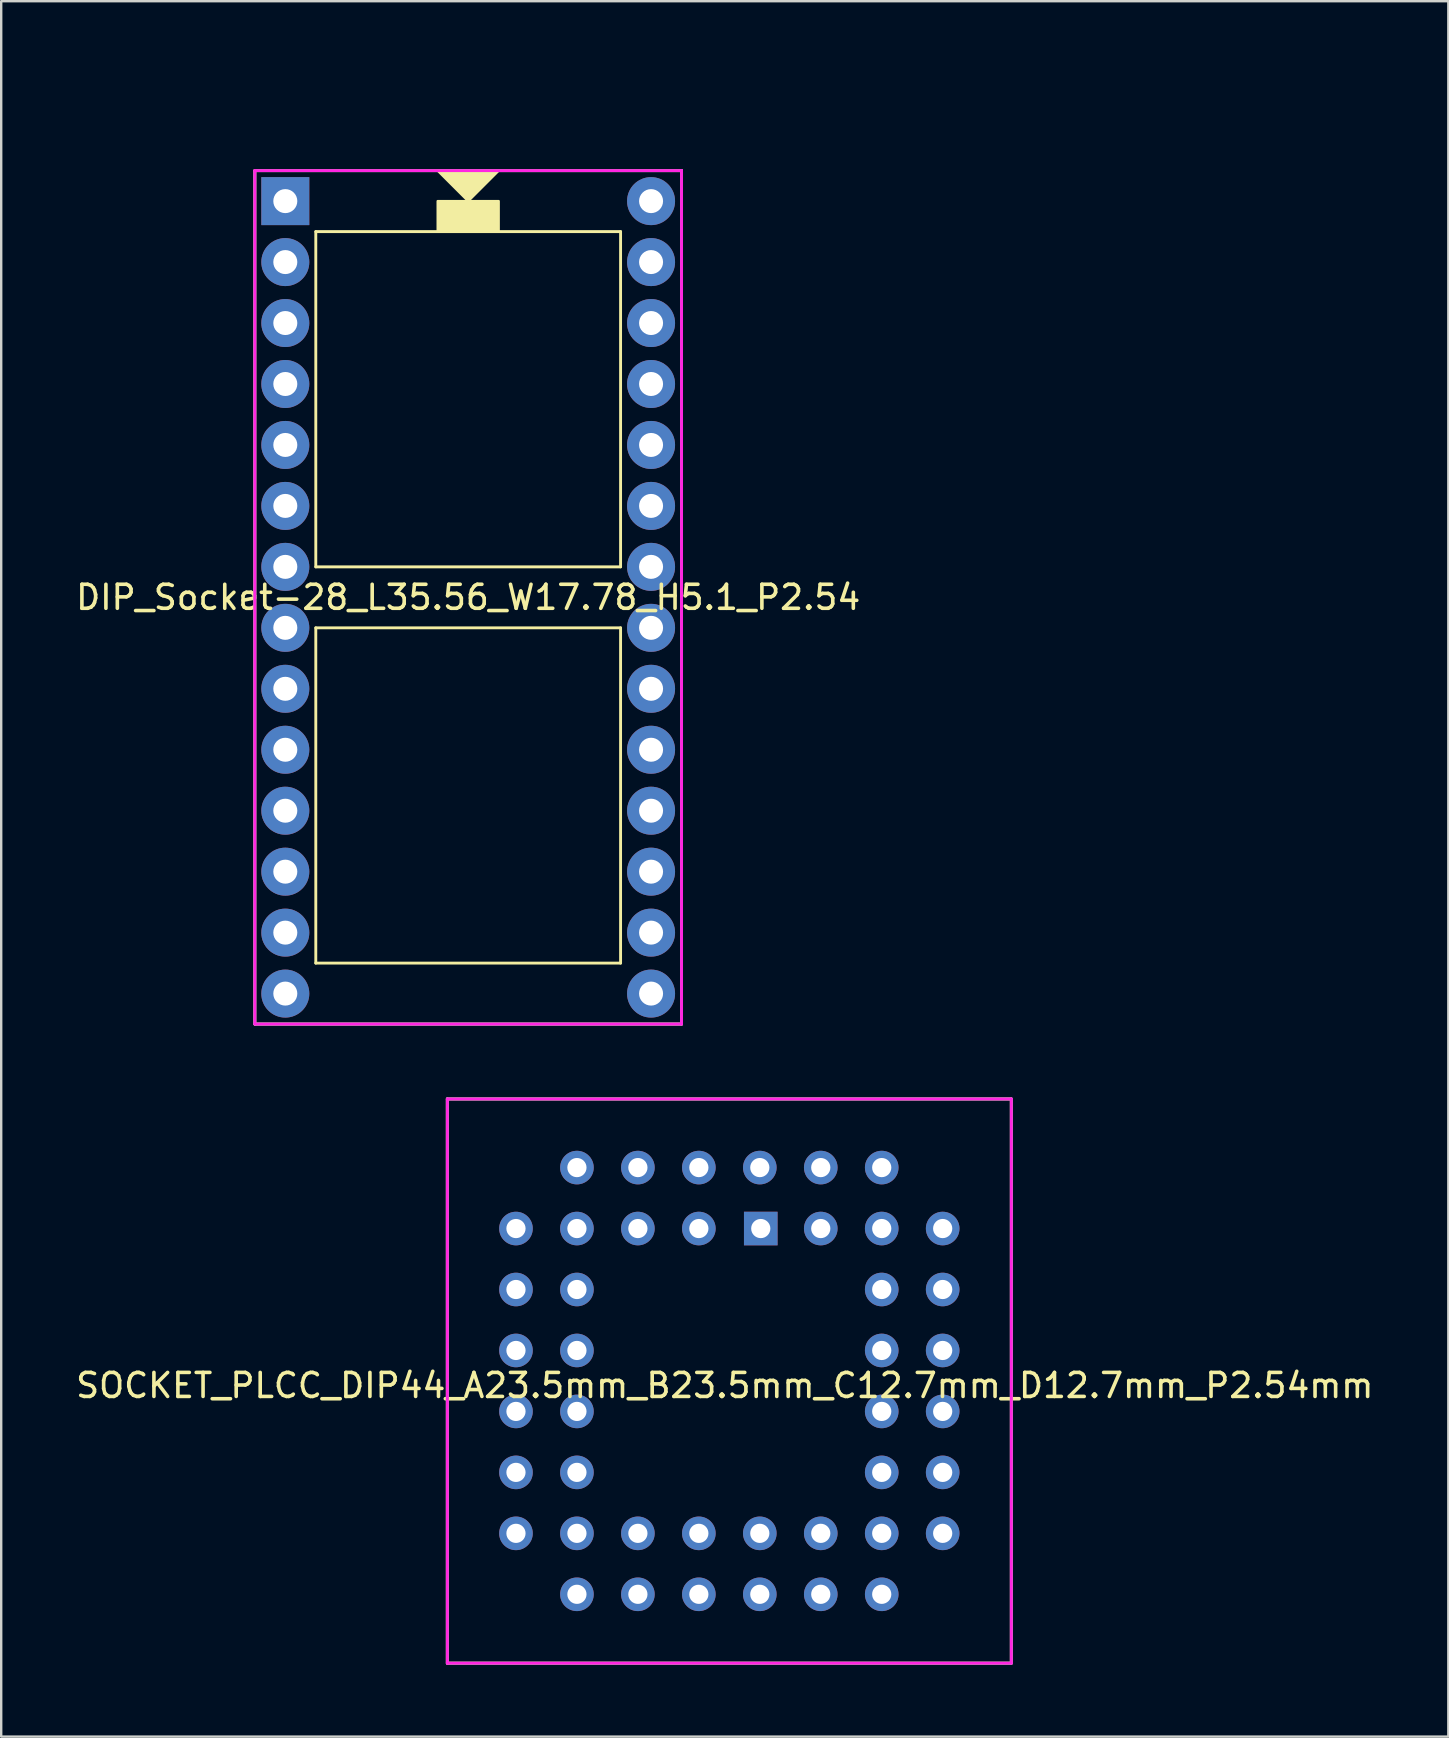
<source format=kicad_pcb>
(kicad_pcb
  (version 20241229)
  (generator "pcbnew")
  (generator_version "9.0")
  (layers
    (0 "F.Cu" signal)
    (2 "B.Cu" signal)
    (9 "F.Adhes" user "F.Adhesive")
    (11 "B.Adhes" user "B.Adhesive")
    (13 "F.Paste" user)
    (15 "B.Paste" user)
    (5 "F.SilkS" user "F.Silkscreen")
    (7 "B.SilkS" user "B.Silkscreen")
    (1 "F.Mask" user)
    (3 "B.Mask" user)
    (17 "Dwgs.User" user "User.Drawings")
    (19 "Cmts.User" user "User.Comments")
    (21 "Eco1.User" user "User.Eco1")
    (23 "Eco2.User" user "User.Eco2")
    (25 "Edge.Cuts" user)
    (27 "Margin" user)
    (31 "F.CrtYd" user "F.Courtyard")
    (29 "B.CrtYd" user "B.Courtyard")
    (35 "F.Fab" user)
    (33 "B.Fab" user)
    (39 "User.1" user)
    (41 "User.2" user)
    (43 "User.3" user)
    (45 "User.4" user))
  (footprint "SOCKET_PLCC_DIP44_A23.5mm_B23.5mm_C12.7mm_D12.7mm_P2.54mm"
    (layer "F.Cu")
    (at 28.609 48.14)
    (property "Reference" "SOCKET_PLCC_DIP44_A23.5mm_B23.5mm_C12.7mm_D12.7mm_P2.54mm" (at -1.46 6.54 0) (layer "F.SilkS") (effects (font (size 1 1) (thickness 0.15))))
    (attr through_hole)
    (fp_line (start -13.02 -5.4) (end 10.48 -5.4) (stroke (width 0.12) (type solid)) (layer "F.SilkS"))
    (fp_line (start -13.02 18.11) (end -13.02 -5.4) (stroke (width 0.12) (type solid)) (layer "F.SilkS"))
    (fp_line (start 10.48 -5.4) (end 10.48 18.11) (stroke (width 0.12) (type solid)) (layer "F.SilkS"))
    (fp_line (start 10.48 18.11) (end -13.02 18.11) (stroke (width 0.12) (type solid)) (layer "F.SilkS"))
    (fp_line (start -13.02 -5.4) (end 10.48 -5.4) (stroke (width 0.12) (type solid)) (layer "F.CrtYd"))
    (fp_line (start -13.02 18.11) (end -13.02 -5.4) (stroke (width 0.12) (type solid)) (layer "F.CrtYd"))
    (fp_line (start 10.48 -5.4) (end 10.48 18.11) (stroke (width 0.12) (type solid)) (layer "F.CrtYd"))
    (fp_line (start 10.48 18.11) (end -13.02 18.11) (stroke (width 0.12) (type solid)) (layer "F.CrtYd"))
    (fp_line (start -13.02 -5.4) (end 10.48 -5.4) (stroke (width 0.12) (type solid)) (layer "F.Fab"))
    (fp_line (start -13.02 18.11) (end -13.02 -5.4) (stroke (width 0.12) (type solid)) (layer "F.Fab"))
    (fp_line (start 10.48 -5.4) (end 10.48 18.11) (stroke (width 0.12) (type solid)) (layer "F.Fab"))
    (fp_line (start 10.48 18.11) (end -13.02 18.11) (stroke (width 0.12) (type solid)) (layer "F.Fab"))
    (pad "1" thru_hole rect (at 0.04 0) (size 1.4 1.4) (drill 0.8) (layers "*.Cu" "*.Mask"))
    (pad "2" thru_hole oval (at -2.54 -2.54) (size 1.4 1.4) (drill 0.8) (layers "*.Cu" "*.Mask"))
    (pad "3" thru_hole oval (at -2.54 0) (size 1.4 1.4) (drill 0.8) (layers "*.Cu" "*.Mask"))
    (pad "4" thru_hole oval (at -5.08 -2.54) (size 1.4 1.4) (drill 0.8) (layers "*.Cu" "*.Mask"))
    (pad "5" thru_hole oval (at -5.08 0) (size 1.4 1.4) (drill 0.8) (layers "*.Cu" "*.Mask"))
    (pad "6" thru_hole oval (at -7.62 -2.54) (size 1.4 1.4) (drill 0.8) (layers "*.Cu" "*.Mask"))
    (pad "7" thru_hole oval (at -10.16 0) (size 1.4 1.4) (drill 0.8) (layers "*.Cu" "*.Mask"))
    (pad "8" thru_hole oval (at -7.62 0) (size 1.4 1.4) (drill 0.8) (layers "*.Cu" "*.Mask"))
    (pad "9" thru_hole oval (at -10.16 2.54) (size 1.4 1.4) (drill 0.8) (layers "*.Cu" "*.Mask"))
    (pad "10" thru_hole oval (at -7.62 2.54) (size 1.4 1.4) (drill 0.8) (layers "*.Cu" "*.Mask"))
    (pad "11" thru_hole oval (at -10.16 5.08) (size 1.4 1.4) (drill 0.8) (layers "*.Cu" "*.Mask"))
    (pad "12" thru_hole oval (at -7.62 5.08) (size 1.4 1.4) (drill 0.8) (layers "*.Cu" "*.Mask"))
    (pad "13" thru_hole oval (at -10.16 7.62) (size 1.4 1.4) (drill 0.8) (layers "*.Cu" "*.Mask"))
    (pad "14" thru_hole oval (at -7.62 7.62) (size 1.4 1.4) (drill 0.8) (layers "*.Cu" "*.Mask"))
    (pad "15" thru_hole oval (at -10.16 10.16) (size 1.4 1.4) (drill 0.8) (layers "*.Cu" "*.Mask"))
    (pad "16" thru_hole oval (at -7.62 10.16 90) (size 1.4 1.4) (drill 0.8) (layers "*.Cu" "*.Mask"))
    (pad "17" thru_hole oval (at -10.16 12.7) (size 1.4 1.4) (drill 0.8) (layers "*.Cu" "*.Mask"))
    (pad "18" thru_hole oval (at -7.62 15.24) (size 1.4 1.4) (drill 0.8) (layers "*.Cu" "*.Mask"))
    (pad "19" thru_hole oval (at -7.62 12.7) (size 1.4 1.4) (drill 0.8) (layers "*.Cu" "*.Mask"))
    (pad "20" thru_hole oval (at -5.08 15.24) (size 1.4 1.4) (drill 0.8) (layers "*.Cu" "*.Mask"))
    (pad "21" thru_hole oval (at -5.08 12.7) (size 1.4 1.4) (drill 0.8) (layers "*.Cu" "*.Mask"))
    (pad "22" thru_hole oval (at -2.54 15.24) (size 1.4 1.4) (drill 0.8) (layers "*.Cu" "*.Mask"))
    (pad "23" thru_hole oval (at -2.54 12.7) (size 1.4 1.4) (drill 0.8) (layers "*.Cu" "*.Mask"))
    (pad "24" thru_hole oval (at 0 15.24) (size 1.4 1.4) (drill 0.8) (layers "*.Cu" "*.Mask"))
    (pad "25" thru_hole oval (at 0 12.7) (size 1.4 1.4) (drill 0.8) (layers "*.Cu" "*.Mask"))
    (pad "26" thru_hole oval (at 2.54 15.24) (size 1.4 1.4) (drill 0.8) (layers "*.Cu" "*.Mask"))
    (pad "27" thru_hole oval (at 2.54 12.7) (size 1.4 1.4) (drill 0.8) (layers "*.Cu" "*.Mask"))
    (pad "28" thru_hole oval (at 5.08 15.24) (size 1.4 1.4) (drill 0.8) (layers "*.Cu" "*.Mask"))
    (pad "29" thru_hole oval (at 7.62 12.7) (size 1.4 1.4) (drill 0.8) (layers "*.Cu" "*.Mask"))
    (pad "30" thru_hole oval (at 5.08 12.7) (size 1.4 1.4) (drill 0.8) (layers "*.Cu" "*.Mask"))
    (pad "31" thru_hole oval (at 7.62 10.16) (size 1.4 1.4) (drill 0.8) (layers "*.Cu" "*.Mask"))
    (pad "32" thru_hole oval (at 5.08 10.16) (size 1.4 1.4) (drill 0.8) (layers "*.Cu" "*.Mask"))
    (pad "33" thru_hole oval (at 7.62 7.62) (size 1.4 1.4) (drill 0.8) (layers "*.Cu" "*.Mask"))
    (pad "34" thru_hole oval (at 5.08 7.62) (size 1.4 1.4) (drill 0.8) (layers "*.Cu" "*.Mask"))
    (pad "35" thru_hole oval (at 7.62 5.08) (size 1.4 1.4) (drill 0.8) (layers "*.Cu" "*.Mask"))
    (pad "36" thru_hole oval (at 5.08 5.08) (size 1.4 1.4) (drill 0.8) (layers "*.Cu" "*.Mask"))
    (pad "37" thru_hole oval (at 7.62 2.54) (size 1.4 1.4) (drill 0.8) (layers "*.Cu" "*.Mask"))
    (pad "38" thru_hole oval (at 5.08 2.54) (size 1.4 1.4) (drill 0.8) (layers "*.Cu" "*.Mask"))
    (pad "39" thru_hole oval (at 7.62 0) (size 1.4 1.4) (drill 0.8) (layers "*.Cu" "*.Mask"))
    (pad "40" thru_hole oval (at 5.08 -2.54) (size 1.4 1.4) (drill 0.8) (layers "*.Cu" "*.Mask"))
    (pad "41" thru_hole oval (at 5.08 0) (size 1.4 1.4) (drill 0.8) (layers "*.Cu" "*.Mask"))
    (pad "42" thru_hole oval (at 2.54 -2.54) (size 1.4 1.4) (drill 0.8) (layers "*.Cu" "*.Mask"))
    (pad "43" thru_hole oval (at 2.54 0) (size 1.4 1.4) (drill 0.8) (layers "*.Cu" "*.Mask"))
    (pad "44" thru_hole oval (at 0 -2.54) (size 1.4 1.4) (drill 0.8) (layers "*.Cu" "*.Mask")))
  (footprint "DIP_Socket-28_L35.56_W17.78_H5.1_P2.54"
    (layer "F.Cu")
    (at 18.998 0.25)
    (property "Reference" "DIP_Socket-28_L35.56_W17.78_H5.1_P2.54" (at -2.54 21.59 0) (layer "F.SilkS") (effects (font (size 1 1) (thickness 0.15))))
    (attr through_hole)
    (fp_line (start -11.43 3.81) (end 6.35 3.81) (stroke (width 0.12) (type solid)) (layer "F.SilkS"))
    (fp_line (start -11.43 39.37) (end -11.43 3.81) (stroke (width 0.12) (type solid)) (layer "F.SilkS"))
    (fp_line (start -8.89 6.35) (end 3.81 6.35) (stroke (width 0.12) (type solid)) (layer "F.SilkS"))
    (fp_line (start -8.89 20.32) (end -8.89 6.35) (stroke (width 0.12) (type solid)) (layer "F.SilkS"))
    (fp_line (start -8.89 22.86) (end 3.81 22.86) (stroke (width 0.12) (type solid)) (layer "F.SilkS"))
    (fp_line (start -8.89 36.83) (end -8.89 22.86) (stroke (width 0.12) (type solid)) (layer "F.SilkS"))
    (fp_line (start 3.81 6.35) (end 3.81 20.32) (stroke (width 0.12) (type solid)) (layer "F.SilkS"))
    (fp_line (start 3.81 20.32) (end -8.89 20.32) (stroke (width 0.12) (type solid)) (layer "F.SilkS"))
    (fp_line (start 3.81 22.86) (end 3.81 36.83) (stroke (width 0.12) (type solid)) (layer "F.SilkS"))
    (fp_line (start 3.81 36.83) (end -8.89 36.83) (stroke (width 0.12) (type solid)) (layer "F.SilkS"))
    (fp_line (start 6.35 3.81) (end 6.35 39.37) (stroke (width 0.12) (type solid)) (layer "F.SilkS"))
    (fp_line (start 6.35 39.37) (end -11.43 39.37) (stroke (width 0.12) (type solid)) (layer "F.SilkS"))
    (fp_poly (pts (xy -2.54 5.08) (xy -3.81 3.81) (xy -1.27 3.81)) (stroke (width 0.1) (type solid)) (fill yes) (layer "F.SilkS"))
    (fp_poly (pts (xy -1.27 6.35) (xy -3.81 6.35) (xy -3.81 5.08) (xy -1.27 5.08)) (stroke (width 0.1) (type solid)) (fill yes) (layer "F.SilkS"))
    (fp_line (start -11.43 3.81) (end 6.35 3.81) (stroke (width 0.12) (type solid)) (layer "F.CrtYd"))
    (fp_line (start -11.43 39.37) (end -11.43 3.81) (stroke (width 0.12) (type solid)) (layer "F.CrtYd"))
    (fp_line (start 6.35 3.81) (end 6.35 39.37) (stroke (width 0.12) (type solid)) (layer "F.CrtYd"))
    (fp_line (start 6.35 39.37) (end -11.43 39.37) (stroke (width 0.12) (type solid)) (layer "F.CrtYd"))
    (fp_line (start -11.43 3.81) (end -11.43 39.37) (stroke (width 0.12) (type solid)) (layer "F.Fab"))
    (fp_line (start -11.43 39.37) (end 6.35 39.37) (stroke (width 0.12) (type solid)) (layer "F.Fab"))
    (fp_line (start 6.35 3.81) (end -11.43 3.81) (stroke (width 0.12) (type solid)) (layer "F.Fab"))
    (fp_line (start 6.35 39.37) (end 6.35 3.81) (stroke (width 0.12) (type solid)) (layer "F.Fab"))
    (pad "1" thru_hole rect (at -10.16 5.08) (size 2 2) (drill 1) (layers "*.Cu" "*.Mask"))
    (pad "2" thru_hole circle (at -10.16 7.62) (size 2 2) (drill 1) (layers "*.Cu" "*.Mask"))
    (pad "3" thru_hole circle (at -10.16 10.16) (size 2 2) (drill 1) (layers "*.Cu" "*.Mask"))
    (pad "4" thru_hole circle (at -10.16 12.7) (size 2 2) (drill 1) (layers "*.Cu" "*.Mask"))
    (pad "5" thru_hole circle (at -10.16 15.24) (size 2 2) (drill 1) (layers "*.Cu" "*.Mask"))
    (pad "6" thru_hole circle (at -10.16 17.78) (size 2 2) (drill 1) (layers "*.Cu" "*.Mask"))
    (pad "7" thru_hole circle (at -10.16 20.32) (size 2 2) (drill 1) (layers "*.Cu" "*.Mask"))
    (pad "8" thru_hole circle (at -10.16 22.86) (size 2 2) (drill 1) (layers "*.Cu" "*.Mask"))
    (pad "9" thru_hole circle (at -10.16 25.4) (size 2 2) (drill 1) (layers "*.Cu" "*.Mask"))
    (pad "10" thru_hole circle (at -10.16 27.94) (size 2 2) (drill 1) (layers "*.Cu" "*.Mask"))
    (pad "11" thru_hole circle (at -10.16 30.48) (size 2 2) (drill 1) (layers "*.Cu" "*.Mask"))
    (pad "12" thru_hole circle (at -10.16 33.02) (size 2 2) (drill 1) (layers "*.Cu" "*.Mask"))
    (pad "13" thru_hole circle (at -10.16 35.56) (size 2 2) (drill 1) (layers "*.Cu" "*.Mask"))
    (pad "14" thru_hole circle (at -10.16 38.1) (size 2 2) (drill 1) (layers "*.Cu" "*.Mask"))
    (pad "15" thru_hole circle (at 5.08 38.1) (size 2 2) (drill 1) (layers "*.Cu" "*.Mask"))
    (pad "16" thru_hole circle (at 5.08 35.56) (size 2 2) (drill 1) (layers "*.Cu" "*.Mask"))
    (pad "17" thru_hole circle (at 5.08 33.02) (size 2 2) (drill 1) (layers "*.Cu" "*.Mask"))
    (pad "18" thru_hole circle (at 5.08 30.48) (size 2 2) (drill 1) (layers "*.Cu" "*.Mask"))
    (pad "19" thru_hole circle (at 5.08 27.94) (size 2 2) (drill 1) (layers "*.Cu" "*.Mask"))
    (pad "20" thru_hole circle (at 5.08 25.4) (size 2 2) (drill 1) (layers "*.Cu" "*.Mask"))
    (pad "21" thru_hole circle (at 5.08 22.86) (size 2 2) (drill 1) (layers "*.Cu" "*.Mask"))
    (pad "22" thru_hole circle (at 5.08 20.32) (size 2 2) (drill 1) (layers "*.Cu" "*.Mask"))
    (pad "23" thru_hole circle (at 5.08 17.78) (size 2 2) (drill 1) (layers "*.Cu" "*.Mask"))
    (pad "24" thru_hole circle (at 5.08 15.24) (size 2 2) (drill 1) (layers "*.Cu" "*.Mask"))
    (pad "25" thru_hole circle (at 5.08 12.7) (size 2 2) (drill 1) (layers "*.Cu" "*.Mask"))
    (pad "26" thru_hole circle (at 5.08 10.16) (size 2 2) (drill 1) (layers "*.Cu" "*.Mask"))
    (pad "27" thru_hole circle (at 5.08 7.62) (size 2 2) (drill 1) (layers "*.Cu" "*.Mask"))
    (pad "28" thru_hole circle (at 5.08 5.08) (size 2 2) (drill 1) (layers "*.Cu" "*.Mask")))
  (gr_rect
    (start -3 -3)
    (end 57.298 69.31)
    (stroke (width 0.1) (type default))
    (fill no)
    (layer "Edge.Cuts")))
</source>
